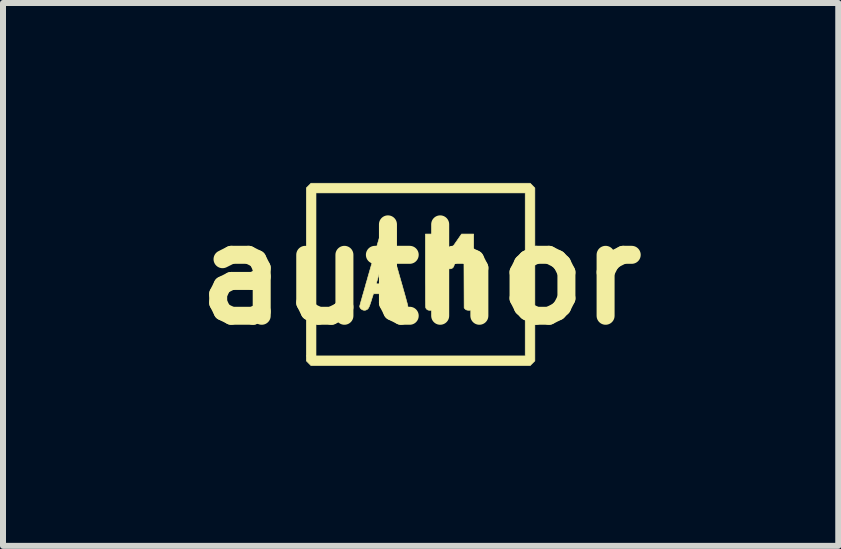
<source format=kicad_pcb>
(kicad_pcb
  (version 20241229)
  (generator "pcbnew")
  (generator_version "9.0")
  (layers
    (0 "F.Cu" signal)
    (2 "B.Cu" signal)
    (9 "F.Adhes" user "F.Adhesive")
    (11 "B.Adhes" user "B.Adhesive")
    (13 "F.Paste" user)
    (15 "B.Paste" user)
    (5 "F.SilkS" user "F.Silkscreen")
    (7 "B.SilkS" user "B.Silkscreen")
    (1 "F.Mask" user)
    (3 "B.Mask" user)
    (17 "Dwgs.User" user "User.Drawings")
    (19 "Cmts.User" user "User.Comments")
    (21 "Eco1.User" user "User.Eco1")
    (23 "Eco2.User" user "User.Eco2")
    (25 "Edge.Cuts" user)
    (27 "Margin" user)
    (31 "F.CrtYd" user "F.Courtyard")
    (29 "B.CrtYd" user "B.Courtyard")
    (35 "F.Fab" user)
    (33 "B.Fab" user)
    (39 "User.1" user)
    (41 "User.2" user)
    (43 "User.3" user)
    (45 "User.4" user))
  (footprint "author"
    (layer "F.Cu")
    (at 3.962 1.525)
    (property "Reference" "author" (at 0 0 0) (layer "F.SilkS") (effects (font (size 1.524 1.524) (thickness 0.3))))
    (attr through_hole)
    (fp_poly (pts (xy 1.866 -1.481) (xy 1.905 -1.441) (xy 1.905 1.442) (xy 1.827 1.52) (xy -1.827 1.52) (xy -1.866 1.481) (xy -1.905 1.441) (xy -1.905 -1.359) (xy -1.744 -1.359) (xy -1.744 1.359) (xy 1.744 1.359) (xy 1.744 -1.359) (xy -1.744 -1.359) (xy -1.905 -1.359) (xy -1.905 -1.442) (xy -1.866 -1.481) (xy -1.827 -1.52) (xy 1.827 -1.52) (xy 1.866 -1.481)) (stroke (width 0.01) (type solid)) (fill yes) (layer "F.SilkS"))
    (fp_poly (pts (xy 0.369 -0.549) (xy 0.389 -0.52) (xy 0.409 -0.491) (xy 0.427 -0.465) (xy 0.443 -0.443) (xy 0.455 -0.424) (xy 0.465 -0.411) (xy 0.469 -0.405) (xy 0.483 -0.385) (xy 0.583 -0.529) (xy 0.683 -0.673) (xy 0.885 -0.673) (xy 0.883 0.557) (xy 0.871 0.573) (xy 0.857 0.586) (xy 0.838 0.594) (xy 0.814 0.598) (xy 0.802 0.598) (xy 0.774 0.595) (xy 0.752 0.586) (xy 0.736 0.57) (xy 0.735 0.57) (xy 0.726 0.557) (xy 0.724 0.055) (xy 0.722 -0.447) (xy 0.677 -0.381) (xy 0.66 -0.356) (xy 0.641 -0.329) (xy 0.623 -0.302) (xy 0.608 -0.278) (xy 0.6 -0.267) (xy 0.587 -0.247) (xy 0.578 -0.232) (xy 0.572 -0.221) (xy 0.569 -0.211) (xy 0.567 -0.201) (xy 0.565 -0.188) (xy 0.565 -0.186) (xy 0.56 -0.154) (xy 0.55 -0.128) (xy 0.536 -0.11) (xy 0.517 -0.098) (xy 0.492 -0.093) (xy 0.485 -0.093) (xy 0.459 -0.096) (xy 0.439 -0.104) (xy 0.424 -0.117) (xy 0.422 -0.119) (xy 0.411 -0.139) (xy 0.404 -0.161) (xy 0.402 -0.188) (xy 0.402 -0.214) (xy 0.324 -0.33) (xy 0.246 -0.446) (xy 0.246 0.032) (xy 0.245 0.107) (xy 0.245 0.178) (xy 0.245 0.243) (xy 0.245 0.303) (xy 0.245 0.356) (xy 0.244 0.404) (xy 0.244 0.444) (xy 0.243 0.478) (xy 0.243 0.505) (xy 0.242 0.523) (xy 0.242 0.534) (xy 0.241 0.535) (xy 0.238 0.551) (xy 0.233 0.565) (xy 0.229 0.571) (xy 0.215 0.584) (xy 0.195 0.593) (xy 0.172 0.598) (xy 0.147 0.598) (xy 0.136 0.597) (xy 0.113 0.589) (xy 0.097 0.575) (xy 0.087 0.559) (xy 0.086 0.556) (xy 0.085 0.552) (xy 0.085 0.546) (xy 0.084 0.538) (xy 0.083 0.528) (xy 0.083 0.515) (xy 0.082 0.499) (xy 0.082 0.479) (xy 0.082 0.455) (xy 0.081 0.426) (xy 0.081 0.393) (xy 0.081 0.354) (xy 0.081 0.31) (xy 0.081 0.259) (xy 0.081 0.202) (xy 0.08 0.138) (xy 0.08 0.067) (xy 0.08 -0.013) (xy 0.08 -0.066) (xy 0.08 -0.673) (xy 0.283 -0.673) (xy 0.369 -0.549)) (stroke (width 0.01) (type solid)) (fill yes) (layer "F.SilkS"))
    (fp_poly (pts (xy -0.581 -0.665) (xy -0.562 -0.652) (xy -0.545 -0.633) (xy -0.534 -0.61) (xy -0.532 -0.603) (xy -0.527 -0.589) (xy -0.521 -0.567) (xy -0.513 -0.539) (xy -0.503 -0.504) (xy -0.491 -0.464) (xy -0.478 -0.418) (xy -0.464 -0.368) (xy -0.448 -0.314) (xy -0.431 -0.256) (xy -0.414 -0.195) (xy -0.396 -0.131) (xy -0.377 -0.065) (xy -0.367 -0.029) (xy -0.344 0.052) (xy -0.323 0.125) (xy -0.304 0.191) (xy -0.288 0.249) (xy -0.273 0.301) (xy -0.26 0.347) (xy -0.249 0.387) (xy -0.24 0.421) (xy -0.232 0.45) (xy -0.225 0.475) (xy -0.22 0.494) (xy -0.216 0.51) (xy -0.214 0.522) (xy -0.212 0.531) (xy -0.211 0.537) (xy -0.211 0.541) (xy -0.211 0.541) (xy -0.222 0.563) (xy -0.239 0.581) (xy -0.26 0.593) (xy -0.285 0.598) (xy -0.289 0.598) (xy -0.312 0.596) (xy -0.331 0.587) (xy -0.348 0.572) (xy -0.353 0.567) (xy -0.357 0.562) (xy -0.361 0.555) (xy -0.365 0.548) (xy -0.37 0.538) (xy -0.375 0.524) (xy -0.381 0.507) (xy -0.388 0.485) (xy -0.397 0.458) (xy -0.408 0.424) (xy -0.42 0.383) (xy -0.422 0.377) (xy -0.439 0.324) (xy -0.612 0.323) (xy -0.786 0.322) (xy -0.797 0.357) (xy -0.802 0.373) (xy -0.809 0.394) (xy -0.817 0.42) (xy -0.825 0.447) (xy -0.832 0.466) (xy -0.843 0.5) (xy -0.853 0.528) (xy -0.863 0.549) (xy -0.872 0.565) (xy -0.882 0.576) (xy -0.892 0.585) (xy -0.896 0.587) (xy -0.917 0.596) (xy -0.938 0.598) (xy -0.958 0.595) (xy -0.978 0.586) (xy -0.996 0.573) (xy -1.009 0.556) (xy -1.015 0.538) (xy -1.016 0.531) (xy -1.015 0.526) (xy -1.011 0.513) (xy -1.006 0.493) (xy -0.999 0.467) (xy -0.99 0.435) (xy -0.979 0.398) (xy -0.968 0.356) (xy -0.954 0.31) (xy -0.94 0.261) (xy -0.925 0.208) (xy -0.911 0.157) (xy -0.74 0.157) (xy -0.486 0.157) (xy -0.488 0.146) (xy -0.491 0.139) (xy -0.495 0.124) (xy -0.5 0.103) (xy -0.508 0.078) (xy -0.516 0.049) (xy -0.525 0.016) (xy -0.535 -0.019) (xy -0.545 -0.055) (xy -0.556 -0.091) (xy -0.566 -0.126) (xy -0.576 -0.161) (xy -0.585 -0.192) (xy -0.593 -0.221) (xy -0.6 -0.245) (xy -0.606 -0.264) (xy -0.609 -0.276) (xy -0.611 -0.282) (xy -0.611 -0.282) (xy -0.613 -0.279) (xy -0.616 -0.268) (xy -0.621 -0.252) (xy -0.628 -0.23) (xy -0.635 -0.204) (xy -0.643 -0.177) (xy -0.654 -0.141) (xy -0.666 -0.1) (xy -0.678 -0.056) (xy -0.691 -0.013) (xy -0.702 0.027) (xy -0.707 0.043) (xy -0.74 0.157) (xy -0.911 0.157) (xy -0.91 0.153) (xy -0.893 0.096) (xy -0.877 0.038) (xy -0.86 -0.021) (xy -0.843 -0.08) (xy -0.826 -0.139) (xy -0.809 -0.196) (xy -0.793 -0.252) (xy -0.777 -0.306) (xy -0.763 -0.357) (xy -0.749 -0.405) (xy -0.736 -0.449) (xy -0.724 -0.489) (xy -0.714 -0.524) (xy -0.705 -0.553) (xy -0.698 -0.576) (xy -0.694 -0.592) (xy -0.692 -0.598) (xy -0.682 -0.623) (xy -0.67 -0.642) (xy -0.665 -0.648) (xy -0.646 -0.663) (xy -0.624 -0.67) (xy -0.602 -0.671) (xy -0.581 -0.665)) (stroke (width 0.01) (type solid)) (fill yes) (layer "F.SilkS")))
  (gr_rect
    (start -3 -3)
    (end 10.925 6.05)
    (stroke (width 0.1) (type default))
    (fill no)
    (layer "Edge.Cuts")))
</source>
